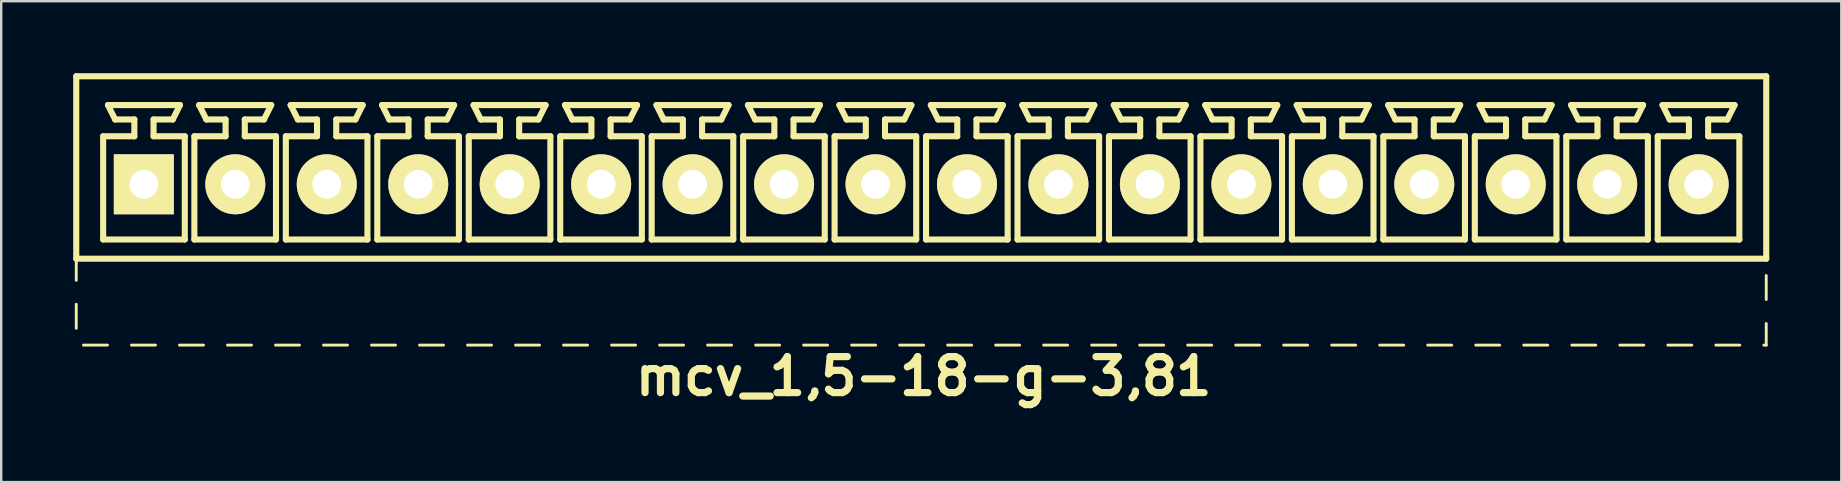
<source format=kicad_pcb>
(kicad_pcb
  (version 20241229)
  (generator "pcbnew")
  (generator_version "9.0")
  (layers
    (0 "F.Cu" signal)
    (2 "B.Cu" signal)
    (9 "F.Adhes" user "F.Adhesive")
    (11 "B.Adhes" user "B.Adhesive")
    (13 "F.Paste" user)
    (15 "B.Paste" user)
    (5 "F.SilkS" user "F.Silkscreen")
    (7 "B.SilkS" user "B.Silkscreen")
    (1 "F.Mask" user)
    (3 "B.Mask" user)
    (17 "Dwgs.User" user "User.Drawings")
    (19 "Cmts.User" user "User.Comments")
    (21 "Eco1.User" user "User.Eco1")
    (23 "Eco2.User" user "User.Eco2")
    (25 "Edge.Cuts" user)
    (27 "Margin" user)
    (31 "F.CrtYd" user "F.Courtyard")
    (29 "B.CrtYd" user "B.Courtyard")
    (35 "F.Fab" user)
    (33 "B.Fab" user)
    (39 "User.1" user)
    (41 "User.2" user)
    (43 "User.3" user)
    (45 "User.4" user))
  (footprint "mcv_1,5-18-g-3,81"
    (layer "F.Cu")
    (at 35.327 4.627)
    (property "Reference" "mcv_1,5-18-g-3,81" (at 0.1 8 0) (layer "F.SilkS") (effects (font (size 1.5 1.5) (thickness 0.3))))
    (attr through_hole)
    (fp_line (start -35.2 -4.5) (end -35.2 3.1) (stroke (width 0.254) (type solid)) (layer "F.SilkS"))
    (fp_line (start -35.2 -4.5) (end 35.2 -4.5) (stroke (width 0.254) (type solid)) (layer "F.SilkS"))
    (fp_line (start -35.2 3.1) (end -35.2 4) (stroke (width 0.12) (type solid)) (layer "F.SilkS"))
    (fp_line (start -35.2 3.1) (end 35.2 3.1) (stroke (width 0.254) (type solid)) (layer "F.SilkS"))
    (fp_line (start -35.2 5) (end -35.2 6) (stroke (width 0.12) (type solid)) (layer "F.SilkS"))
    (fp_line (start -34.9 6.7) (end -33.9 6.7) (stroke (width 0.12) (type solid)) (layer "F.SilkS"))
    (fp_line (start -34.08 -2) (end -32.78 -2) (stroke (width 0.254) (type solid)) (layer "F.SilkS"))
    (fp_line (start -34.08 2.3) (end -34.08 -2) (stroke (width 0.254) (type solid)) (layer "F.SilkS"))
    (fp_line (start -33.88 -3.3) (end -30.88 -3.3) (stroke (width 0.254) (type solid)) (layer "F.SilkS"))
    (fp_line (start -33.58 -2.7) (end -33.88 -3.3) (stroke (width 0.254) (type solid)) (layer "F.SilkS"))
    (fp_line (start -32.9 6.7) (end -31.9 6.7) (stroke (width 0.12) (type solid)) (layer "F.SilkS"))
    (fp_line (start -32.78 -2.7) (end -33.58 -2.7) (stroke (width 0.254) (type solid)) (layer "F.SilkS"))
    (fp_line (start -32.78 -2) (end -32.78 -2.7) (stroke (width 0.254) (type solid)) (layer "F.SilkS"))
    (fp_line (start -31.98 -2.7) (end -31.98 -2) (stroke (width 0.254) (type solid)) (layer "F.SilkS"))
    (fp_line (start -31.98 -2) (end -30.68 -2) (stroke (width 0.254) (type solid)) (layer "F.SilkS"))
    (fp_line (start -31.18 -2.7) (end -31.98 -2.7) (stroke (width 0.254) (type solid)) (layer "F.SilkS"))
    (fp_line (start -31.18 -2.7) (end -30.88 -3.3) (stroke (width 0.254) (type solid)) (layer "F.SilkS"))
    (fp_line (start -30.9 6.7) (end -29.9 6.7) (stroke (width 0.12) (type solid)) (layer "F.SilkS"))
    (fp_line (start -30.68 -2) (end -30.68 2.3) (stroke (width 0.254) (type solid)) (layer "F.SilkS"))
    (fp_line (start -30.68 2.3) (end -34.08 2.3) (stroke (width 0.254) (type solid)) (layer "F.SilkS"))
    (fp_line (start -30.28 -2) (end -28.98 -2) (stroke (width 0.254) (type solid)) (layer "F.SilkS"))
    (fp_line (start -30.28 2.3) (end -30.28 -2) (stroke (width 0.254) (type solid)) (layer "F.SilkS"))
    (fp_line (start -30.08 -3.3) (end -27.08 -3.3) (stroke (width 0.254) (type solid)) (layer "F.SilkS"))
    (fp_line (start -29.78 -2.7) (end -30.08 -3.3) (stroke (width 0.254) (type solid)) (layer "F.SilkS"))
    (fp_line (start -28.98 -2.7) (end -29.78 -2.7) (stroke (width 0.254) (type solid)) (layer "F.SilkS"))
    (fp_line (start -28.98 -2) (end -28.98 -2.7) (stroke (width 0.254) (type solid)) (layer "F.SilkS"))
    (fp_line (start -28.9 6.7) (end -27.9 6.7) (stroke (width 0.12) (type solid)) (layer "F.SilkS"))
    (fp_line (start -28.18 -2.7) (end -28.18 -2) (stroke (width 0.254) (type solid)) (layer "F.SilkS"))
    (fp_line (start -28.18 -2) (end -26.88 -2) (stroke (width 0.254) (type solid)) (layer "F.SilkS"))
    (fp_line (start -27.38 -2.7) (end -28.18 -2.7) (stroke (width 0.254) (type solid)) (layer "F.SilkS"))
    (fp_line (start -27.38 -2.7) (end -27.08 -3.3) (stroke (width 0.254) (type solid)) (layer "F.SilkS"))
    (fp_line (start -26.9 6.7) (end -25.9 6.7) (stroke (width 0.12) (type solid)) (layer "F.SilkS"))
    (fp_line (start -26.88 -2) (end -26.88 2.3) (stroke (width 0.254) (type solid)) (layer "F.SilkS"))
    (fp_line (start -26.88 2.3) (end -30.28 2.3) (stroke (width 0.254) (type solid)) (layer "F.SilkS"))
    (fp_line (start -26.47 -2) (end -25.17 -2) (stroke (width 0.254) (type solid)) (layer "F.SilkS"))
    (fp_line (start -26.47 2.3) (end -26.47 -2) (stroke (width 0.254) (type solid)) (layer "F.SilkS"))
    (fp_line (start -26.27 -3.3) (end -23.27 -3.3) (stroke (width 0.254) (type solid)) (layer "F.SilkS"))
    (fp_line (start -25.97 -2.7) (end -26.27 -3.3) (stroke (width 0.254) (type solid)) (layer "F.SilkS"))
    (fp_line (start -25.17 -2.7) (end -25.97 -2.7) (stroke (width 0.254) (type solid)) (layer "F.SilkS"))
    (fp_line (start -25.17 -2) (end -25.17 -2.7) (stroke (width 0.254) (type solid)) (layer "F.SilkS"))
    (fp_line (start -24.9 6.7) (end -23.9 6.7) (stroke (width 0.12) (type solid)) (layer "F.SilkS"))
    (fp_line (start -24.37 -2.7) (end -24.37 -2) (stroke (width 0.254) (type solid)) (layer "F.SilkS"))
    (fp_line (start -24.37 -2) (end -23.07 -2) (stroke (width 0.254) (type solid)) (layer "F.SilkS"))
    (fp_line (start -23.57 -2.7) (end -24.37 -2.7) (stroke (width 0.254) (type solid)) (layer "F.SilkS"))
    (fp_line (start -23.57 -2.7) (end -23.27 -3.3) (stroke (width 0.254) (type solid)) (layer "F.SilkS"))
    (fp_line (start -23.07 -2) (end -23.07 2.3) (stroke (width 0.254) (type solid)) (layer "F.SilkS"))
    (fp_line (start -23.07 2.3) (end -26.47 2.3) (stroke (width 0.254) (type solid)) (layer "F.SilkS"))
    (fp_line (start -22.9 6.7) (end -21.9 6.7) (stroke (width 0.12) (type solid)) (layer "F.SilkS"))
    (fp_line (start -22.66 -2) (end -21.36 -2) (stroke (width 0.254) (type solid)) (layer "F.SilkS"))
    (fp_line (start -22.66 2.3) (end -22.66 -2) (stroke (width 0.254) (type solid)) (layer "F.SilkS"))
    (fp_line (start -22.46 -3.3) (end -19.46 -3.3) (stroke (width 0.254) (type solid)) (layer "F.SilkS"))
    (fp_line (start -22.16 -2.7) (end -22.46 -3.3) (stroke (width 0.254) (type solid)) (layer "F.SilkS"))
    (fp_line (start -21.36 -2.7) (end -22.16 -2.7) (stroke (width 0.254) (type solid)) (layer "F.SilkS"))
    (fp_line (start -21.36 -2) (end -21.36 -2.7) (stroke (width 0.254) (type solid)) (layer "F.SilkS"))
    (fp_line (start -20.9 6.7) (end -19.9 6.7) (stroke (width 0.12) (type solid)) (layer "F.SilkS"))
    (fp_line (start -20.56 -2.7) (end -20.56 -2) (stroke (width 0.254) (type solid)) (layer "F.SilkS"))
    (fp_line (start -20.56 -2) (end -19.26 -2) (stroke (width 0.254) (type solid)) (layer "F.SilkS"))
    (fp_line (start -19.76 -2.7) (end -20.56 -2.7) (stroke (width 0.254) (type solid)) (layer "F.SilkS"))
    (fp_line (start -19.76 -2.7) (end -19.46 -3.3) (stroke (width 0.254) (type solid)) (layer "F.SilkS"))
    (fp_line (start -19.26 -2) (end -19.26 2.3) (stroke (width 0.254) (type solid)) (layer "F.SilkS"))
    (fp_line (start -19.26 2.3) (end -22.66 2.3) (stroke (width 0.254) (type solid)) (layer "F.SilkS"))
    (fp_line (start -18.9 6.7) (end -17.9 6.7) (stroke (width 0.12) (type solid)) (layer "F.SilkS"))
    (fp_line (start -18.85 -2) (end -17.55 -2) (stroke (width 0.254) (type solid)) (layer "F.SilkS"))
    (fp_line (start -18.85 2.3) (end -18.85 -2) (stroke (width 0.254) (type solid)) (layer "F.SilkS"))
    (fp_line (start -18.65 -3.3) (end -15.65 -3.3) (stroke (width 0.254) (type solid)) (layer "F.SilkS"))
    (fp_line (start -18.35 -2.7) (end -18.65 -3.3) (stroke (width 0.254) (type solid)) (layer "F.SilkS"))
    (fp_line (start -17.55 -2.7) (end -18.35 -2.7) (stroke (width 0.254) (type solid)) (layer "F.SilkS"))
    (fp_line (start -17.55 -2) (end -17.55 -2.7) (stroke (width 0.254) (type solid)) (layer "F.SilkS"))
    (fp_line (start -16.9 6.7) (end -15.9 6.7) (stroke (width 0.12) (type solid)) (layer "F.SilkS"))
    (fp_line (start -16.75 -2.7) (end -16.75 -2) (stroke (width 0.254) (type solid)) (layer "F.SilkS"))
    (fp_line (start -16.75 -2) (end -15.45 -2) (stroke (width 0.254) (type solid)) (layer "F.SilkS"))
    (fp_line (start -15.95 -2.7) (end -16.75 -2.7) (stroke (width 0.254) (type solid)) (layer "F.SilkS"))
    (fp_line (start -15.95 -2.7) (end -15.65 -3.3) (stroke (width 0.254) (type solid)) (layer "F.SilkS"))
    (fp_line (start -15.45 -2) (end -15.45 2.3) (stroke (width 0.254) (type solid)) (layer "F.SilkS"))
    (fp_line (start -15.45 2.3) (end -18.85 2.3) (stroke (width 0.254) (type solid)) (layer "F.SilkS"))
    (fp_line (start -15.04 -2) (end -13.74 -2) (stroke (width 0.254) (type solid)) (layer "F.SilkS"))
    (fp_line (start -15.04 2.3) (end -15.04 -2) (stroke (width 0.254) (type solid)) (layer "F.SilkS"))
    (fp_line (start -14.9 6.7) (end -13.9 6.7) (stroke (width 0.12) (type solid)) (layer "F.SilkS"))
    (fp_line (start -14.84 -3.3) (end -11.84 -3.3) (stroke (width 0.254) (type solid)) (layer "F.SilkS"))
    (fp_line (start -14.54 -2.7) (end -14.84 -3.3) (stroke (width 0.254) (type solid)) (layer "F.SilkS"))
    (fp_line (start -13.74 -2.7) (end -14.54 -2.7) (stroke (width 0.254) (type solid)) (layer "F.SilkS"))
    (fp_line (start -13.74 -2) (end -13.74 -2.7) (stroke (width 0.254) (type solid)) (layer "F.SilkS"))
    (fp_line (start -12.94 -2.7) (end -12.94 -2) (stroke (width 0.254) (type solid)) (layer "F.SilkS"))
    (fp_line (start -12.94 -2) (end -11.64 -2) (stroke (width 0.254) (type solid)) (layer "F.SilkS"))
    (fp_line (start -12.9 6.7) (end -11.9 6.7) (stroke (width 0.12) (type solid)) (layer "F.SilkS"))
    (fp_line (start -12.14 -2.7) (end -12.94 -2.7) (stroke (width 0.254) (type solid)) (layer "F.SilkS"))
    (fp_line (start -12.14 -2.7) (end -11.84 -3.3) (stroke (width 0.254) (type solid)) (layer "F.SilkS"))
    (fp_line (start -11.64 -2) (end -11.64 2.3) (stroke (width 0.254) (type solid)) (layer "F.SilkS"))
    (fp_line (start -11.64 2.3) (end -15.04 2.3) (stroke (width 0.254) (type solid)) (layer "F.SilkS"))
    (fp_line (start -11.23 -2) (end -9.93 -2) (stroke (width 0.254) (type solid)) (layer "F.SilkS"))
    (fp_line (start -11.23 2.3) (end -11.23 -2) (stroke (width 0.254) (type solid)) (layer "F.SilkS"))
    (fp_line (start -11.03 -3.3) (end -8.03 -3.3) (stroke (width 0.254) (type solid)) (layer "F.SilkS"))
    (fp_line (start -10.9 6.7) (end -9.9 6.7) (stroke (width 0.12) (type solid)) (layer "F.SilkS"))
    (fp_line (start -10.73 -2.7) (end -11.03 -3.3) (stroke (width 0.254) (type solid)) (layer "F.SilkS"))
    (fp_line (start -9.93 -2.7) (end -10.73 -2.7) (stroke (width 0.254) (type solid)) (layer "F.SilkS"))
    (fp_line (start -9.93 -2) (end -9.93 -2.7) (stroke (width 0.254) (type solid)) (layer "F.SilkS"))
    (fp_line (start -9.13 -2.7) (end -9.13 -2) (stroke (width 0.254) (type solid)) (layer "F.SilkS"))
    (fp_line (start -9.13 -2) (end -7.83 -2) (stroke (width 0.254) (type solid)) (layer "F.SilkS"))
    (fp_line (start -8.9 6.7) (end -7.9 6.7) (stroke (width 0.12) (type solid)) (layer "F.SilkS"))
    (fp_line (start -8.33 -2.7) (end -9.13 -2.7) (stroke (width 0.254) (type solid)) (layer "F.SilkS"))
    (fp_line (start -8.33 -2.7) (end -8.03 -3.3) (stroke (width 0.254) (type solid)) (layer "F.SilkS"))
    (fp_line (start -7.83 -2) (end -7.83 2.3) (stroke (width 0.254) (type solid)) (layer "F.SilkS"))
    (fp_line (start -7.83 2.3) (end -11.23 2.3) (stroke (width 0.254) (type solid)) (layer "F.SilkS"))
    (fp_line (start -7.42 -2) (end -6.12 -2) (stroke (width 0.254) (type solid)) (layer "F.SilkS"))
    (fp_line (start -7.42 2.3) (end -7.42 -2) (stroke (width 0.254) (type solid)) (layer "F.SilkS"))
    (fp_line (start -7.22 -3.3) (end -4.22 -3.3) (stroke (width 0.254) (type solid)) (layer "F.SilkS"))
    (fp_line (start -6.92 -2.7) (end -7.22 -3.3) (stroke (width 0.254) (type solid)) (layer "F.SilkS"))
    (fp_line (start -6.9 6.7) (end -5.9 6.7) (stroke (width 0.12) (type solid)) (layer "F.SilkS"))
    (fp_line (start -6.12 -2.7) (end -6.92 -2.7) (stroke (width 0.254) (type solid)) (layer "F.SilkS"))
    (fp_line (start -6.12 -2) (end -6.12 -2.7) (stroke (width 0.254) (type solid)) (layer "F.SilkS"))
    (fp_line (start -5.32 -2.7) (end -5.32 -2) (stroke (width 0.254) (type solid)) (layer "F.SilkS"))
    (fp_line (start -5.32 -2) (end -4.02 -2) (stroke (width 0.254) (type solid)) (layer "F.SilkS"))
    (fp_line (start -4.9 6.7) (end -3.9 6.7) (stroke (width 0.12) (type solid)) (layer "F.SilkS"))
    (fp_line (start -4.52 -2.7) (end -5.32 -2.7) (stroke (width 0.254) (type solid)) (layer "F.SilkS"))
    (fp_line (start -4.52 -2.7) (end -4.22 -3.3) (stroke (width 0.254) (type solid)) (layer "F.SilkS"))
    (fp_line (start -4.02 -2) (end -4.02 2.3) (stroke (width 0.254) (type solid)) (layer "F.SilkS"))
    (fp_line (start -4.02 2.3) (end -7.42 2.3) (stroke (width 0.254) (type solid)) (layer "F.SilkS"))
    (fp_line (start -3.61 -2) (end -2.31 -2) (stroke (width 0.254) (type solid)) (layer "F.SilkS"))
    (fp_line (start -3.61 2.3) (end -3.61 -2) (stroke (width 0.254) (type solid)) (layer "F.SilkS"))
    (fp_line (start -3.41 -3.3) (end -0.41 -3.3) (stroke (width 0.254) (type solid)) (layer "F.SilkS"))
    (fp_line (start -3.11 -2.7) (end -3.41 -3.3) (stroke (width 0.254) (type solid)) (layer "F.SilkS"))
    (fp_line (start -2.9 6.7) (end -1.9 6.7) (stroke (width 0.12) (type solid)) (layer "F.SilkS"))
    (fp_line (start -2.31 -2.7) (end -3.11 -2.7) (stroke (width 0.254) (type solid)) (layer "F.SilkS"))
    (fp_line (start -2.31 -2) (end -2.31 -2.7) (stroke (width 0.254) (type solid)) (layer "F.SilkS"))
    (fp_line (start -1.51 -2.7) (end -1.51 -2) (stroke (width 0.254) (type solid)) (layer "F.SilkS"))
    (fp_line (start -1.51 -2) (end -0.21 -2) (stroke (width 0.254) (type solid)) (layer "F.SilkS"))
    (fp_line (start -0.9 6.7) (end 0.1 6.7) (stroke (width 0.12) (type solid)) (layer "F.SilkS"))
    (fp_line (start -0.71 -2.7) (end -1.51 -2.7) (stroke (width 0.254) (type solid)) (layer "F.SilkS"))
    (fp_line (start -0.71 -2.7) (end -0.41 -3.3) (stroke (width 0.254) (type solid)) (layer "F.SilkS"))
    (fp_line (start -0.21 -2) (end -0.21 2.3) (stroke (width 0.254) (type solid)) (layer "F.SilkS"))
    (fp_line (start -0.21 2.3) (end -3.61 2.3) (stroke (width 0.254) (type solid)) (layer "F.SilkS"))
    (fp_line (start 0.2 -2) (end 1.5 -2) (stroke (width 0.254) (type solid)) (layer "F.SilkS"))
    (fp_line (start 0.2 2.3) (end 0.2 -2) (stroke (width 0.254) (type solid)) (layer "F.SilkS"))
    (fp_line (start 0.4 -3.3) (end 3.4 -3.3) (stroke (width 0.254) (type solid)) (layer "F.SilkS"))
    (fp_line (start 0.7 -2.7) (end 0.4 -3.3) (stroke (width 0.254) (type solid)) (layer "F.SilkS"))
    (fp_line (start 1.1 6.7) (end 2.1 6.7) (stroke (width 0.12) (type solid)) (layer "F.SilkS"))
    (fp_line (start 1.5 -2.7) (end 0.7 -2.7) (stroke (width 0.254) (type solid)) (layer "F.SilkS"))
    (fp_line (start 1.5 -2) (end 1.5 -2.7) (stroke (width 0.254) (type solid)) (layer "F.SilkS"))
    (fp_line (start 2.3 -2.7) (end 2.3 -2) (stroke (width 0.254) (type solid)) (layer "F.SilkS"))
    (fp_line (start 2.3 -2) (end 3.6 -2) (stroke (width 0.254) (type solid)) (layer "F.SilkS"))
    (fp_line (start 3.1 -2.7) (end 2.3 -2.7) (stroke (width 0.254) (type solid)) (layer "F.SilkS"))
    (fp_line (start 3.1 -2.7) (end 3.4 -3.3) (stroke (width 0.254) (type solid)) (layer "F.SilkS"))
    (fp_line (start 3.1 6.7) (end 4.1 6.7) (stroke (width 0.12) (type solid)) (layer "F.SilkS"))
    (fp_line (start 3.6 -2) (end 3.6 2.3) (stroke (width 0.254) (type solid)) (layer "F.SilkS"))
    (fp_line (start 3.6 2.3) (end 0.2 2.3) (stroke (width 0.254) (type solid)) (layer "F.SilkS"))
    (fp_line (start 4.01 -2) (end 5.31 -2) (stroke (width 0.254) (type solid)) (layer "F.SilkS"))
    (fp_line (start 4.01 2.3) (end 4.01 -2) (stroke (width 0.254) (type solid)) (layer "F.SilkS"))
    (fp_line (start 4.21 -3.3) (end 7.21 -3.3) (stroke (width 0.254) (type solid)) (layer "F.SilkS"))
    (fp_line (start 4.51 -2.7) (end 4.21 -3.3) (stroke (width 0.254) (type solid)) (layer "F.SilkS"))
    (fp_line (start 5.1 6.7) (end 6.1 6.7) (stroke (width 0.12) (type solid)) (layer "F.SilkS"))
    (fp_line (start 5.31 -2.7) (end 4.51 -2.7) (stroke (width 0.254) (type solid)) (layer "F.SilkS"))
    (fp_line (start 5.31 -2) (end 5.31 -2.7) (stroke (width 0.254) (type solid)) (layer "F.SilkS"))
    (fp_line (start 6.11 -2.7) (end 6.11 -2) (stroke (width 0.254) (type solid)) (layer "F.SilkS"))
    (fp_line (start 6.11 -2) (end 7.41 -2) (stroke (width 0.254) (type solid)) (layer "F.SilkS"))
    (fp_line (start 6.91 -2.7) (end 6.11 -2.7) (stroke (width 0.254) (type solid)) (layer "F.SilkS"))
    (fp_line (start 6.91 -2.7) (end 7.21 -3.3) (stroke (width 0.254) (type solid)) (layer "F.SilkS"))
    (fp_line (start 7.1 6.7) (end 8.1 6.7) (stroke (width 0.12) (type solid)) (layer "F.SilkS"))
    (fp_line (start 7.41 -2) (end 7.41 2.3) (stroke (width 0.254) (type solid)) (layer "F.SilkS"))
    (fp_line (start 7.41 2.3) (end 4.01 2.3) (stroke (width 0.254) (type solid)) (layer "F.SilkS"))
    (fp_line (start 7.82 -2) (end 9.12 -2) (stroke (width 0.254) (type solid)) (layer "F.SilkS"))
    (fp_line (start 7.82 2.3) (end 7.82 -2) (stroke (width 0.254) (type solid)) (layer "F.SilkS"))
    (fp_line (start 8.02 -3.3) (end 11.02 -3.3) (stroke (width 0.254) (type solid)) (layer "F.SilkS"))
    (fp_line (start 8.32 -2.7) (end 8.02 -3.3) (stroke (width 0.254) (type solid)) (layer "F.SilkS"))
    (fp_line (start 9.1 6.7) (end 10.1 6.7) (stroke (width 0.12) (type solid)) (layer "F.SilkS"))
    (fp_line (start 9.12 -2.7) (end 8.32 -2.7) (stroke (width 0.254) (type solid)) (layer "F.SilkS"))
    (fp_line (start 9.12 -2) (end 9.12 -2.7) (stroke (width 0.254) (type solid)) (layer "F.SilkS"))
    (fp_line (start 9.92 -2.7) (end 9.92 -2) (stroke (width 0.254) (type solid)) (layer "F.SilkS"))
    (fp_line (start 9.92 -2) (end 11.22 -2) (stroke (width 0.254) (type solid)) (layer "F.SilkS"))
    (fp_line (start 10.72 -2.7) (end 9.92 -2.7) (stroke (width 0.254) (type solid)) (layer "F.SilkS"))
    (fp_line (start 10.72 -2.7) (end 11.02 -3.3) (stroke (width 0.254) (type solid)) (layer "F.SilkS"))
    (fp_line (start 11.1 6.7) (end 12.1 6.7) (stroke (width 0.12) (type solid)) (layer "F.SilkS"))
    (fp_line (start 11.22 -2) (end 11.22 2.3) (stroke (width 0.254) (type solid)) (layer "F.SilkS"))
    (fp_line (start 11.22 2.3) (end 7.82 2.3) (stroke (width 0.254) (type solid)) (layer "F.SilkS"))
    (fp_line (start 11.63 -2) (end 12.93 -2) (stroke (width 0.254) (type solid)) (layer "F.SilkS"))
    (fp_line (start 11.63 2.3) (end 11.63 -2) (stroke (width 0.254) (type solid)) (layer "F.SilkS"))
    (fp_line (start 11.83 -3.3) (end 14.83 -3.3) (stroke (width 0.254) (type solid)) (layer "F.SilkS"))
    (fp_line (start 12.13 -2.7) (end 11.83 -3.3) (stroke (width 0.254) (type solid)) (layer "F.SilkS"))
    (fp_line (start 12.93 -2.7) (end 12.13 -2.7) (stroke (width 0.254) (type solid)) (layer "F.SilkS"))
    (fp_line (start 12.93 -2) (end 12.93 -2.7) (stroke (width 0.254) (type solid)) (layer "F.SilkS"))
    (fp_line (start 13.1 6.7) (end 14.1 6.7) (stroke (width 0.12) (type solid)) (layer "F.SilkS"))
    (fp_line (start 13.73 -2.7) (end 13.73 -2) (stroke (width 0.254) (type solid)) (layer "F.SilkS"))
    (fp_line (start 13.73 -2) (end 15.03 -2) (stroke (width 0.254) (type solid)) (layer "F.SilkS"))
    (fp_line (start 14.53 -2.7) (end 13.73 -2.7) (stroke (width 0.254) (type solid)) (layer "F.SilkS"))
    (fp_line (start 14.53 -2.7) (end 14.83 -3.3) (stroke (width 0.254) (type solid)) (layer "F.SilkS"))
    (fp_line (start 15.03 -2) (end 15.03 2.3) (stroke (width 0.254) (type solid)) (layer "F.SilkS"))
    (fp_line (start 15.03 2.3) (end 11.63 2.3) (stroke (width 0.254) (type solid)) (layer "F.SilkS"))
    (fp_line (start 15.1 6.7) (end 16.1 6.7) (stroke (width 0.12) (type solid)) (layer "F.SilkS"))
    (fp_line (start 15.44 -2) (end 16.74 -2) (stroke (width 0.254) (type solid)) (layer "F.SilkS"))
    (fp_line (start 15.44 2.3) (end 15.44 -2) (stroke (width 0.254) (type solid)) (layer "F.SilkS"))
    (fp_line (start 15.64 -3.3) (end 18.64 -3.3) (stroke (width 0.254) (type solid)) (layer "F.SilkS"))
    (fp_line (start 15.94 -2.7) (end 15.64 -3.3) (stroke (width 0.254) (type solid)) (layer "F.SilkS"))
    (fp_line (start 16.74 -2.7) (end 15.94 -2.7) (stroke (width 0.254) (type solid)) (layer "F.SilkS"))
    (fp_line (start 16.74 -2) (end 16.74 -2.7) (stroke (width 0.254) (type solid)) (layer "F.SilkS"))
    (fp_line (start 17.1 6.7) (end 18.1 6.7) (stroke (width 0.12) (type solid)) (layer "F.SilkS"))
    (fp_line (start 17.54 -2.7) (end 17.54 -2) (stroke (width 0.254) (type solid)) (layer "F.SilkS"))
    (fp_line (start 17.54 -2) (end 18.84 -2) (stroke (width 0.254) (type solid)) (layer "F.SilkS"))
    (fp_line (start 18.34 -2.7) (end 17.54 -2.7) (stroke (width 0.254) (type solid)) (layer "F.SilkS"))
    (fp_line (start 18.34 -2.7) (end 18.64 -3.3) (stroke (width 0.254) (type solid)) (layer "F.SilkS"))
    (fp_line (start 18.84 -2) (end 18.84 2.3) (stroke (width 0.254) (type solid)) (layer "F.SilkS"))
    (fp_line (start 18.84 2.3) (end 15.44 2.3) (stroke (width 0.254) (type solid)) (layer "F.SilkS"))
    (fp_line (start 19.1 6.7) (end 20.1 6.7) (stroke (width 0.12) (type solid)) (layer "F.SilkS"))
    (fp_line (start 19.25 -2) (end 20.55 -2) (stroke (width 0.254) (type solid)) (layer "F.SilkS"))
    (fp_line (start 19.25 2.3) (end 19.25 -2) (stroke (width 0.254) (type solid)) (layer "F.SilkS"))
    (fp_line (start 19.45 -3.3) (end 22.45 -3.3) (stroke (width 0.254) (type solid)) (layer "F.SilkS"))
    (fp_line (start 19.75 -2.7) (end 19.45 -3.3) (stroke (width 0.254) (type solid)) (layer "F.SilkS"))
    (fp_line (start 20.55 -2.7) (end 19.75 -2.7) (stroke (width 0.254) (type solid)) (layer "F.SilkS"))
    (fp_line (start 20.55 -2) (end 20.55 -2.7) (stroke (width 0.254) (type solid)) (layer "F.SilkS"))
    (fp_line (start 21.1 6.7) (end 22.1 6.7) (stroke (width 0.12) (type solid)) (layer "F.SilkS"))
    (fp_line (start 21.35 -2.7) (end 21.35 -2) (stroke (width 0.254) (type solid)) (layer "F.SilkS"))
    (fp_line (start 21.35 -2) (end 22.65 -2) (stroke (width 0.254) (type solid)) (layer "F.SilkS"))
    (fp_line (start 22.15 -2.7) (end 21.35 -2.7) (stroke (width 0.254) (type solid)) (layer "F.SilkS"))
    (fp_line (start 22.15 -2.7) (end 22.45 -3.3) (stroke (width 0.254) (type solid)) (layer "F.SilkS"))
    (fp_line (start 22.65 -2) (end 22.65 2.3) (stroke (width 0.254) (type solid)) (layer "F.SilkS"))
    (fp_line (start 22.65 2.3) (end 19.25 2.3) (stroke (width 0.254) (type solid)) (layer "F.SilkS"))
    (fp_line (start 23.06 -2) (end 24.36 -2) (stroke (width 0.254) (type solid)) (layer "F.SilkS"))
    (fp_line (start 23.06 2.3) (end 23.06 -2) (stroke (width 0.254) (type solid)) (layer "F.SilkS"))
    (fp_line (start 23.1 6.7) (end 24.1 6.7) (stroke (width 0.12) (type solid)) (layer "F.SilkS"))
    (fp_line (start 23.26 -3.3) (end 26.26 -3.3) (stroke (width 0.254) (type solid)) (layer "F.SilkS"))
    (fp_line (start 23.56 -2.7) (end 23.26 -3.3) (stroke (width 0.254) (type solid)) (layer "F.SilkS"))
    (fp_line (start 24.36 -2.7) (end 23.56 -2.7) (stroke (width 0.254) (type solid)) (layer "F.SilkS"))
    (fp_line (start 24.36 -2) (end 24.36 -2.7) (stroke (width 0.254) (type solid)) (layer "F.SilkS"))
    (fp_line (start 25.1 6.7) (end 26.1 6.7) (stroke (width 0.12) (type solid)) (layer "F.SilkS"))
    (fp_line (start 25.16 -2.7) (end 25.16 -2) (stroke (width 0.254) (type solid)) (layer "F.SilkS"))
    (fp_line (start 25.16 -2) (end 26.46 -2) (stroke (width 0.254) (type solid)) (layer "F.SilkS"))
    (fp_line (start 25.96 -2.7) (end 25.16 -2.7) (stroke (width 0.254) (type solid)) (layer "F.SilkS"))
    (fp_line (start 25.96 -2.7) (end 26.26 -3.3) (stroke (width 0.254) (type solid)) (layer "F.SilkS"))
    (fp_line (start 26.46 -2) (end 26.46 2.3) (stroke (width 0.254) (type solid)) (layer "F.SilkS"))
    (fp_line (start 26.46 2.3) (end 23.06 2.3) (stroke (width 0.254) (type solid)) (layer "F.SilkS"))
    (fp_line (start 26.87 -2) (end 28.17 -2) (stroke (width 0.254) (type solid)) (layer "F.SilkS"))
    (fp_line (start 26.87 2.3) (end 26.87 -2) (stroke (width 0.254) (type solid)) (layer "F.SilkS"))
    (fp_line (start 27.07 -3.3) (end 30.07 -3.3) (stroke (width 0.254) (type solid)) (layer "F.SilkS"))
    (fp_line (start 27.1 6.7) (end 28.1 6.7) (stroke (width 0.12) (type solid)) (layer "F.SilkS"))
    (fp_line (start 27.37 -2.7) (end 27.07 -3.3) (stroke (width 0.254) (type solid)) (layer "F.SilkS"))
    (fp_line (start 28.17 -2.7) (end 27.37 -2.7) (stroke (width 0.254) (type solid)) (layer "F.SilkS"))
    (fp_line (start 28.17 -2) (end 28.17 -2.7) (stroke (width 0.254) (type solid)) (layer "F.SilkS"))
    (fp_line (start 28.97 -2.7) (end 28.97 -2) (stroke (width 0.254) (type solid)) (layer "F.SilkS"))
    (fp_line (start 28.97 -2) (end 30.27 -2) (stroke (width 0.254) (type solid)) (layer "F.SilkS"))
    (fp_line (start 29.1 6.7) (end 30.1 6.7) (stroke (width 0.12) (type solid)) (layer "F.SilkS"))
    (fp_line (start 29.77 -2.7) (end 28.97 -2.7) (stroke (width 0.254) (type solid)) (layer "F.SilkS"))
    (fp_line (start 29.77 -2.7) (end 30.07 -3.3) (stroke (width 0.254) (type solid)) (layer "F.SilkS"))
    (fp_line (start 30.27 -2) (end 30.27 2.3) (stroke (width 0.254) (type solid)) (layer "F.SilkS"))
    (fp_line (start 30.27 2.3) (end 26.87 2.3) (stroke (width 0.254) (type solid)) (layer "F.SilkS"))
    (fp_line (start 30.68 -2) (end 31.98 -2) (stroke (width 0.254) (type solid)) (layer "F.SilkS"))
    (fp_line (start 30.68 2.3) (end 30.68 -2) (stroke (width 0.254) (type solid)) (layer "F.SilkS"))
    (fp_line (start 30.88 -3.3) (end 33.88 -3.3) (stroke (width 0.254) (type solid)) (layer "F.SilkS"))
    (fp_line (start 31.1 6.7) (end 32.1 6.7) (stroke (width 0.12) (type solid)) (layer "F.SilkS"))
    (fp_line (start 31.18 -2.7) (end 30.88 -3.3) (stroke (width 0.254) (type solid)) (layer "F.SilkS"))
    (fp_line (start 31.98 -2.7) (end 31.18 -2.7) (stroke (width 0.254) (type solid)) (layer "F.SilkS"))
    (fp_line (start 31.98 -2) (end 31.98 -2.7) (stroke (width 0.254) (type solid)) (layer "F.SilkS"))
    (fp_line (start 32.78 -2.7) (end 32.78 -2) (stroke (width 0.254) (type solid)) (layer "F.SilkS"))
    (fp_line (start 32.78 -2) (end 34.08 -2) (stroke (width 0.254) (type solid)) (layer "F.SilkS"))
    (fp_line (start 33.1 6.7) (end 34.1 6.7) (stroke (width 0.12) (type solid)) (layer "F.SilkS"))
    (fp_line (start 33.58 -2.7) (end 32.78 -2.7) (stroke (width 0.254) (type solid)) (layer "F.SilkS"))
    (fp_line (start 33.58 -2.7) (end 33.88 -3.3) (stroke (width 0.254) (type solid)) (layer "F.SilkS"))
    (fp_line (start 34.08 -2) (end 34.08 2.3) (stroke (width 0.254) (type solid)) (layer "F.SilkS"))
    (fp_line (start 34.08 2.3) (end 30.68 2.3) (stroke (width 0.254) (type solid)) (layer "F.SilkS"))
    (fp_line (start 35.1 6.7) (end 35.2 6.7) (stroke (width 0.12) (type solid)) (layer "F.SilkS"))
    (fp_line (start 35.2 -4.5) (end 35.2 3.1) (stroke (width 0.254) (type solid)) (layer "F.SilkS"))
    (fp_line (start 35.2 4.8) (end 35.2 3.8) (stroke (width 0.12) (type solid)) (layer "F.SilkS"))
    (fp_line (start 35.2 6.7) (end 35.2 5.8) (stroke (width 0.12) (type solid)) (layer "F.SilkS"))
    (pad "1" thru_hole rect (at -32.385 0) (size 2.5 2.5) (drill 1.2) (layers "*.Cu" "*.Mask" "F.SilkS"))
    (pad "2" thru_hole circle (at -28.575 0) (size 2.5 2.5) (drill 1.2) (layers "*.Cu" "*.Mask" "F.SilkS"))
    (pad "3" thru_hole circle (at -24.765 0) (size 2.5 2.5) (drill 1.2) (layers "*.Cu" "*.Mask" "F.SilkS"))
    (pad "4" thru_hole circle (at -20.955 0) (size 2.5 2.5) (drill 1.2) (layers "*.Cu" "*.Mask" "F.SilkS"))
    (pad "5" thru_hole circle (at -17.145 0) (size 2.5 2.5) (drill 1.2) (layers "*.Cu" "*.Mask" "F.SilkS"))
    (pad "6" thru_hole circle (at -13.335 0) (size 2.5 2.5) (drill 1.2) (layers "*.Cu" "*.Mask" "F.SilkS"))
    (pad "7" thru_hole circle (at -9.525 0) (size 2.5 2.5) (drill 1.2) (layers "*.Cu" "*.Mask" "F.SilkS"))
    (pad "8" thru_hole circle (at -5.715 0) (size 2.5 2.5) (drill 1.2) (layers "*.Cu" "*.Mask" "F.SilkS"))
    (pad "9" thru_hole circle (at -1.905 0) (size 2.5 2.5) (drill 1.2) (layers "*.Cu" "*.Mask" "F.SilkS"))
    (pad "10" thru_hole circle (at 1.905 0) (size 2.5 2.5) (drill 1.2) (layers "*.Cu" "*.Mask" "F.SilkS"))
    (pad "11" thru_hole circle (at 5.715 0) (size 2.5 2.5) (drill 1.2) (layers "*.Cu" "*.Mask" "F.SilkS"))
    (pad "12" thru_hole circle (at 9.525 0) (size 2.5 2.5) (drill 1.2) (layers "*.Cu" "*.Mask" "F.SilkS"))
    (pad "13" thru_hole circle (at 13.335 0) (size 2.5 2.5) (drill 1.2) (layers "*.Cu" "*.Mask" "F.SilkS"))
    (pad "14" thru_hole circle (at 17.145 0) (size 2.5 2.5) (drill 1.2) (layers "*.Cu" "*.Mask" "F.SilkS"))
    (pad "15" thru_hole circle (at 20.955 0) (size 2.5 2.5) (drill 1.2) (layers "*.Cu" "*.Mask" "F.SilkS"))
    (pad "16" thru_hole circle (at 24.765 0) (size 2.5 2.5) (drill 1.2) (layers "*.Cu" "*.Mask" "F.SilkS"))
    (pad "17" thru_hole circle (at 28.575 0) (size 2.5 2.5) (drill 1.2) (layers "*.Cu" "*.Mask" "F.SilkS"))
    (pad "18" thru_hole circle (at 32.385 0) (size 2.5 2.5) (drill 1.2) (layers "*.Cu" "*.Mask" "F.SilkS")))
  (gr_rect
    (start -3 -3)
    (end 73.654 17.031)
    (stroke (width 0.1) (type default))
    (fill no)
    (layer "Edge.Cuts")))
</source>
